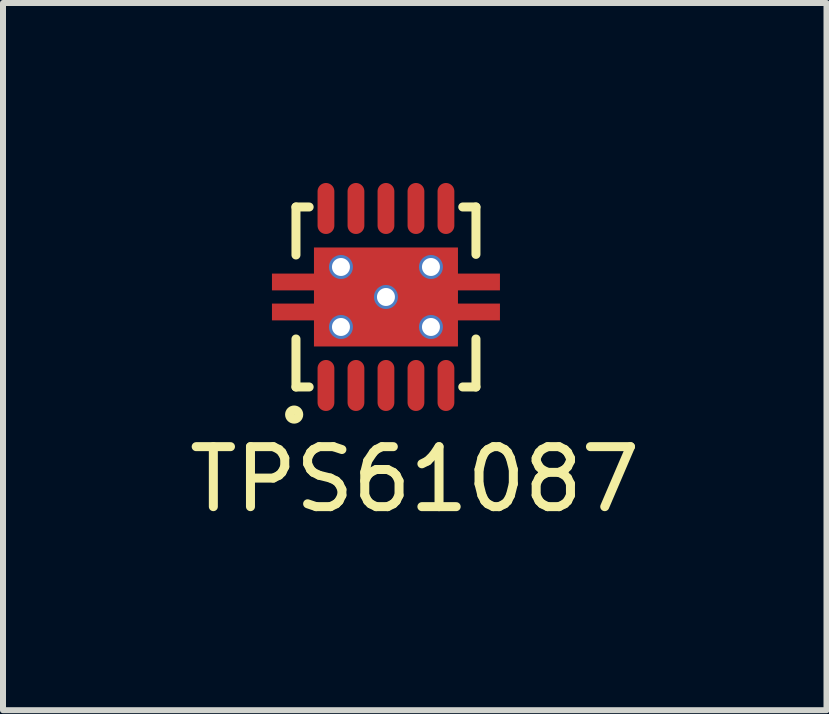
<source format=kicad_pcb>
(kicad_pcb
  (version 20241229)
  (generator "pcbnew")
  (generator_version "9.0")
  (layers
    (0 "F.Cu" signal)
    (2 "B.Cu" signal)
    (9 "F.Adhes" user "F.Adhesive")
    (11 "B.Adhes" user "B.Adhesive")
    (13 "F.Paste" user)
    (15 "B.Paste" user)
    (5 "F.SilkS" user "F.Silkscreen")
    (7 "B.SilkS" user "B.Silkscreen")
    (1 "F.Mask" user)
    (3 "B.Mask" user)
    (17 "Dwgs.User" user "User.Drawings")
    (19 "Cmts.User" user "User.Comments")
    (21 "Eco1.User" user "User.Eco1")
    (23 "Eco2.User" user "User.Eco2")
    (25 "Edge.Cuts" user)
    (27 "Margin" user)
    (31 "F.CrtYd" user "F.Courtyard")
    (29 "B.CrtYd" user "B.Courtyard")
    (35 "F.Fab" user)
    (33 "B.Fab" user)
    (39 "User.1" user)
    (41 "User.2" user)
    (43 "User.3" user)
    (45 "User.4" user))
  (footprint "TPS61087"
    (layer "F.Cu")
    (at 3.383 1.9)
    (property "Reference" "TPS61087" (at 0.48 3.04 0) (layer "F.SilkS") (effects (font (size 1 1) (thickness 0.15))))
    (attr through_hole)
    (fp_line (start -1.5 -1.5) (end -1.28 -1.5) (stroke (width 0.15) (type solid)) (layer "F.SilkS"))
    (fp_line (start -1.5 -0.7) (end -1.5 -1.5) (stroke (width 0.15) (type solid)) (layer "F.SilkS"))
    (fp_line (start -1.5 1.5) (end -1.5 0.7) (stroke (width 0.15) (type solid)) (layer "F.SilkS"))
    (fp_line (start -1.5 1.5) (end -1.28 1.5) (stroke (width 0.15) (type solid)) (layer "F.SilkS"))
    (fp_line (start 1.28 -1.5) (end 1.5 -1.5) (stroke (width 0.15) (type solid)) (layer "F.SilkS"))
    (fp_line (start 1.28 1.5) (end 1.5 1.5) (stroke (width 0.15) (type solid)) (layer "F.SilkS"))
    (fp_line (start 1.5 -1.5) (end 1.5 -0.71) (stroke (width 0.15) (type solid)) (layer "F.SilkS"))
    (fp_line (start 1.5 0.7) (end 1.5 1.5) (stroke (width 0.15) (type solid)) (layer "F.SilkS"))
    (fp_circle (center -1.53 1.96) (end -1.46 1.93) (stroke (width 0.15) (type solid)) (fill no) (layer "F.SilkS"))
    (pad "" smd rect (at -1.63 -0.25) (size 0.5 0.26) (layers "F.Paste"))
    (pad "" smd rect (at -1.63 0.25) (size 0.5 0.26) (layers "F.Paste"))
    (pad "" smd rect (at -0.635 -0.45) (size 1.05 0.68) (layers "F.Paste"))
    (pad "" smd rect (at -0.635 0.45) (size 1.05 0.68) (layers "F.Paste"))
    (pad "" smd rect (at 0.635 -0.45) (size 1.05 0.68) (layers "F.Paste"))
    (pad "" smd rect (at 0.635 0.45) (size 1.05 0.68) (layers "F.Paste"))
    (pad "" smd rect (at 1.63 -0.25) (size 0.5 0.26) (layers "F.Paste"))
    (pad "" smd rect (at 1.63 0.25) (size 0.5 0.26) (layers "F.Paste"))
    (pad "1" smd oval (at -1 1.475) (size 0.28 0.85) (layers "F.Cu" "F.Mask" "F.Paste"))
    (pad "2" smd oval (at -0.5 1.475) (size 0.28 0.85) (layers "F.Cu" "F.Mask" "F.Paste"))
    (pad "3" smd oval (at 0 1.475) (size 0.28 0.85) (layers "F.Cu" "F.Mask" "F.Paste"))
    (pad "4" smd oval (at 0.5 1.475) (size 0.28 0.85) (layers "F.Cu" "F.Mask" "F.Paste"))
    (pad "5" smd oval (at 1 1.475) (size 0.28 0.85) (layers "F.Cu" "F.Mask" "F.Paste"))
    (pad "6" smd oval (at 1 -1.475) (size 0.28 0.85) (layers "F.Cu" "F.Mask" "F.Paste"))
    (pad "7" smd oval (at 0.5 -1.475) (size 0.28 0.85) (layers "F.Cu" "F.Mask" "F.Paste"))
    (pad "8" smd oval (at 0 -1.475) (size 0.28 0.85) (layers "F.Cu" "F.Mask" "F.Paste"))
    (pad "9" smd oval (at -0.5 -1.475) (size 0.28 0.85) (layers "F.Cu" "F.Mask" "F.Paste"))
    (pad "10" smd oval (at -1 -1.475) (size 0.28 0.85) (layers "F.Cu" "F.Mask" "F.Paste"))
    (pad "11" thru_hole circle (at -0.75 -0.5) (size 0.4 0.4) (drill 0.3) (layers "*.Cu" "*.Mask"))
    (pad "11" thru_hole circle (at -0.75 0.5) (size 0.4 0.4) (drill 0.3) (layers "*.Cu" "*.Mask"))
    (pad "11" smd rect (at 0 -0.25) (size 3.8 0.28) (layers "F.Cu" "F.Mask"))
    (pad "11" thru_hole circle (at 0 0) (size 0.4 0.4) (drill 0.3) (layers "*.Cu" "*.Mask"))
    (pad "11" smd rect (at 0 0) (size 2.4 1.65) (layers "F.Cu" "F.Mask"))
    (pad "11" smd rect (at 0 0.25) (size 3.8 0.28) (layers "F.Cu" "F.Mask"))
    (pad "11" thru_hole circle (at 0.75 -0.5) (size 0.4 0.4) (drill 0.3) (layers "*.Cu" "*.Mask"))
    (pad "11" thru_hole circle (at 0.75 0.5) (size 0.4 0.4) (drill 0.3) (layers "*.Cu" "*.Mask")))
  (gr_rect
    (start -3 -3)
    (end 10.726 8.788)
    (stroke (width 0.1) (type default))
    (fill no)
    (layer "Edge.Cuts")))
</source>
